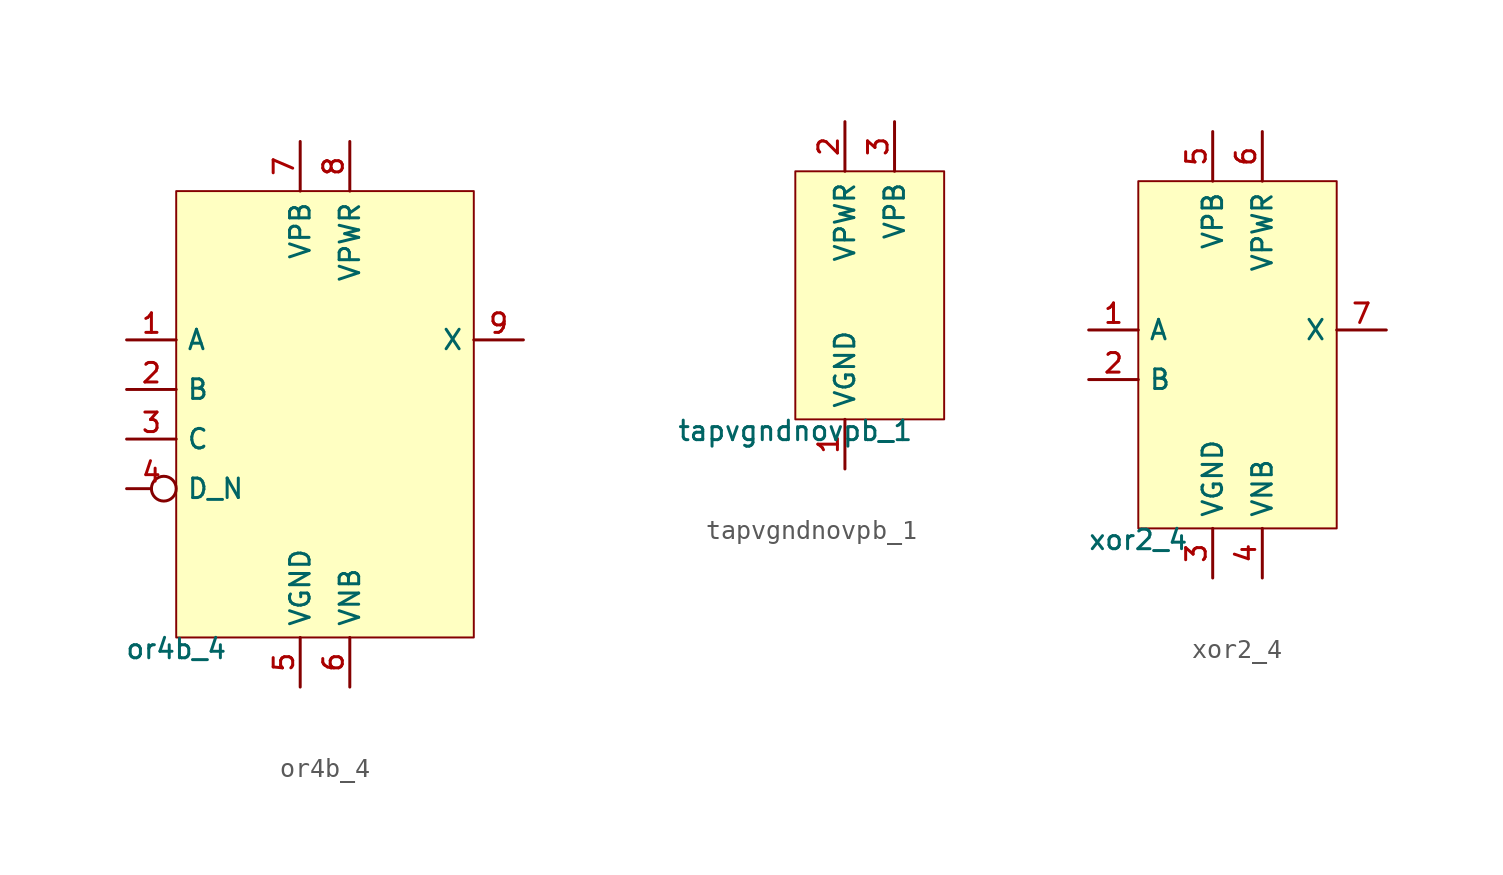
<source format=kicad_sym>
(kicad_symbol_lib
  (version 20211014)
  (generator pdk2kicad)
  (symbol "or4b_4"
    (property "Reference" "X"
      (at 0 0 0)
      (effects (font (size 1 1)) hide))
    (property "Value" "or4b_4"
      (at -7.62 -11.43 0)
      (effects (font (size 1 1)) (justify top)))
    (rectangle
      (start -7.62 -11.43)
      (end 7.62 11.43)
      (stroke (width 0.1) (type solid) (color 0 0 0 0))
      (fill (type background)))
    (pin input line
      (at -10.16 3.81 0)
      (length 2.54)
      (name "A" (effects (font (size 1 1)) hide))
      (number "1" (effects (font (size 1 1)) hide)))
    (pin input line
      (at -10.16 1.27 0)
      (length 2.54)
      (name "B" (effects (font (size 1 1)) hide))
      (number "2" (effects (font (size 1 1)) hide)))
    (pin input line
      (at -10.16 -1.27 0)
      (length 2.54)
      (name "C" (effects (font (size 1 1)) hide))
      (number "3" (effects (font (size 1 1)) hide)))
    (pin input inverted
      (at -10.16 -3.81 0)
      (length 2.54)
      (name "D_N" (effects (font (size 1 1)) hide))
      (number "4" (effects (font (size 1 1)) hide)))
    (pin power_in line
      (at -1.27 -13.97 90)
      (length 2.54)
      (name "VGND" (effects (font (size 1 1)) hide))
      (number "5" (effects (font (size 1 1)) hide)))
    (pin power_in line
      (at 1.27 -13.97 90)
      (length 2.54)
      (name "VNB" (effects (font (size 1 1)) hide))
      (number "6" (effects (font (size 1 1)) hide)))
    (pin power_in line
      (at -1.27 13.97 270)
      (length 2.54)
      (name "VPB" (effects (font (size 1 1)) hide))
      (number "7" (effects (font (size 1 1)) hide)))
    (pin power_in line
      (at 1.27 13.97 270)
      (length 2.54)
      (name "VPWR" (effects (font (size 1 1)) hide))
      (number "8" (effects (font (size 1 1)) hide)))
    (pin output line
      (at 10.16 3.81 180)
      (length 2.54)
      (name "X" (effects (font (size 1 1)) hide))
      (number "9" (effects (font (size 1 1)) hide))))
  (symbol "tapvgndnovpb_1"
    (property "Reference" "X"
      (at 0 0 0)
      (effects (font (size 1 1)) hide))
    (property "Value" "tapvgndnovpb_1"
      (at -3.81 -6.35 0)
      (effects (font (size 1 1)) (justify top)))
    (rectangle
      (start -3.81 -6.35)
      (end 3.81 6.35)
      (stroke (width 0.1) (type solid) (color 0 0 0 0))
      (fill (type background)))
    (pin power_in line
      (at -1.27 -8.89 90)
      (length 2.54)
      (name "VGND" (effects (font (size 1 1)) hide))
      (number "1" (effects (font (size 1 1)) hide)))
    (pin power_in line
      (at -1.27 8.89 270)
      (length 2.54)
      (name "VPWR" (effects (font (size 1 1)) hide))
      (number "2" (effects (font (size 1 1)) hide)))
    (pin power_in line
      (at 1.27 8.89 270)
      (length 2.54)
      (name "VPB" (effects (font (size 1 1)) hide))
      (number "3" (effects (font (size 1 1)) hide))))
  (symbol "xor2_4"
    (property "Reference" "X"
      (at 0 0 0)
      (effects (font (size 1 1)) hide))
    (property "Value" "xor2_4"
      (at -5.08 -8.89 0)
      (effects (font (size 1 1)) (justify top)))
    (rectangle
      (start -5.08 -8.89)
      (end 5.08 8.89)
      (stroke (width 0.1) (type solid) (color 0 0 0 0))
      (fill (type background)))
    (pin input line
      (at -7.62 1.27 0)
      (length 2.54)
      (name "A" (effects (font (size 1 1)) hide))
      (number "1" (effects (font (size 1 1)) hide)))
    (pin input line
      (at -7.62 -1.27 0)
      (length 2.54)
      (name "B" (effects (font (size 1 1)) hide))
      (number "2" (effects (font (size 1 1)) hide)))
    (pin power_in line
      (at -1.27 -11.43 90)
      (length 2.54)
      (name "VGND" (effects (font (size 1 1)) hide))
      (number "3" (effects (font (size 1 1)) hide)))
    (pin power_in line
      (at 1.27 -11.43 90)
      (length 2.54)
      (name "VNB" (effects (font (size 1 1)) hide))
      (number "4" (effects (font (size 1 1)) hide)))
    (pin power_in line
      (at -1.27 11.43 270)
      (length 2.54)
      (name "VPB" (effects (font (size 1 1)) hide))
      (number "5" (effects (font (size 1 1)) hide)))
    (pin power_in line
      (at 1.27 11.43 270)
      (length 2.54)
      (name "VPWR" (effects (font (size 1 1)) hide))
      (number "6" (effects (font (size 1 1)) hide)))
    (pin output line
      (at 7.62 1.27 180)
      (length 2.54)
      (name "X" (effects (font (size 1 1)) hide))
      (number "7" (effects (font (size 1 1)) hide)))))
</source>
